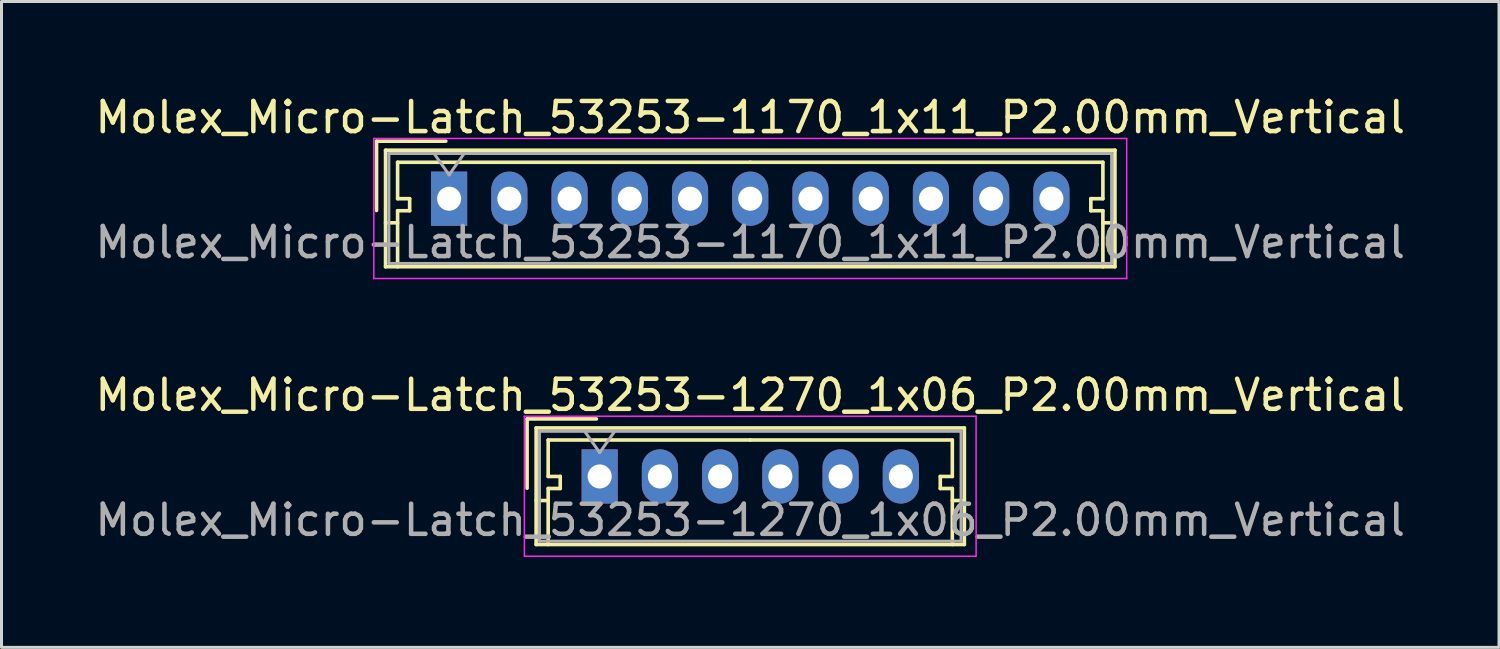
<source format=kicad_pcb>
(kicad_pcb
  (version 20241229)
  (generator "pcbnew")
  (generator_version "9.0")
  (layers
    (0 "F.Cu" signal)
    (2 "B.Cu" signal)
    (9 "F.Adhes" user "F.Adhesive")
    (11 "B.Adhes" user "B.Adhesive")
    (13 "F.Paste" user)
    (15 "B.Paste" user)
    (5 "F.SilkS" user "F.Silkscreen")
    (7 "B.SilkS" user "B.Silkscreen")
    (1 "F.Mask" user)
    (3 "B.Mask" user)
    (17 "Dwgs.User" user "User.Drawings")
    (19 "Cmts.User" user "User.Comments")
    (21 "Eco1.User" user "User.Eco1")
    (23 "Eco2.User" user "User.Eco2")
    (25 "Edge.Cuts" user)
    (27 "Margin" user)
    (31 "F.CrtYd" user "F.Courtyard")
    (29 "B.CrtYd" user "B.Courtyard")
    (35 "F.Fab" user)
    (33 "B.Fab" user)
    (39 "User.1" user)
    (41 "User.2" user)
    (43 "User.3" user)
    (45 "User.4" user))
  (footprint "Molex_Micro-Latch_53253-1270_1x06_P2.00mm_Vertical"
    (layer "F.Cu")
    (at 16.863 12.771)
    (property "Reference" "Molex_Micro-Latch_53253-1270_1x06_P2.00mm_Vertical" (at 5 -2.7 0) (layer "F.SilkS") (effects (font (size 1 1) (thickness 0.15))))
    (attr through_hole)
    (fp_line (start -2.41 -1.91) (end -2.41 0.39) (stroke (width 0.12) (type solid)) (layer "F.SilkS"))
    (fp_line (start -2.11 -1.61) (end -2.11 2.26) (stroke (width 0.12) (type solid)) (layer "F.SilkS"))
    (fp_line (start -2.11 0.8) (end -1.71 0.8) (stroke (width 0.12) (type solid)) (layer "F.SilkS"))
    (fp_line (start -2.11 2.26) (end 12.11 2.26) (stroke (width 0.12) (type solid)) (layer "F.SilkS"))
    (fp_line (start -1.71 -1.21) (end -1.71 0) (stroke (width 0.12) (type solid)) (layer "F.SilkS"))
    (fp_line (start -1.71 0) (end -1.31 0) (stroke (width 0.12) (type solid)) (layer "F.SilkS"))
    (fp_line (start -1.71 0.4) (end -1.71 2.26) (stroke (width 0.12) (type solid)) (layer "F.SilkS"))
    (fp_line (start -1.31 0) (end -1.31 0.4) (stroke (width 0.12) (type solid)) (layer "F.SilkS"))
    (fp_line (start -1.31 0.4) (end -1.71 0.4) (stroke (width 0.12) (type solid)) (layer "F.SilkS"))
    (fp_line (start -0.11 -1.91) (end -2.41 -1.91) (stroke (width 0.12) (type solid)) (layer "F.SilkS"))
    (fp_line (start 5 -1.21) (end -1.71 -1.21) (stroke (width 0.12) (type solid)) (layer "F.SilkS"))
    (fp_line (start 5 -1.21) (end 11.71 -1.21) (stroke (width 0.12) (type solid)) (layer "F.SilkS"))
    (fp_line (start 11.31 0) (end 11.31 0.4) (stroke (width 0.12) (type solid)) (layer "F.SilkS"))
    (fp_line (start 11.31 0.4) (end 11.71 0.4) (stroke (width 0.12) (type solid)) (layer "F.SilkS"))
    (fp_line (start 11.71 -1.21) (end 11.71 0) (stroke (width 0.12) (type solid)) (layer "F.SilkS"))
    (fp_line (start 11.71 0) (end 11.31 0) (stroke (width 0.12) (type solid)) (layer "F.SilkS"))
    (fp_line (start 11.71 0.4) (end 11.71 2.26) (stroke (width 0.12) (type solid)) (layer "F.SilkS"))
    (fp_line (start 12.11 -1.61) (end -2.11 -1.61) (stroke (width 0.12) (type solid)) (layer "F.SilkS"))
    (fp_line (start 12.11 0.8) (end 11.71 0.8) (stroke (width 0.12) (type solid)) (layer "F.SilkS"))
    (fp_line (start 12.11 2.26) (end 12.11 -1.61) (stroke (width 0.12) (type solid)) (layer "F.SilkS"))
    (fp_line (start -2.5 -2) (end -2.5 2.65) (stroke (width 0.05) (type solid)) (layer "F.CrtYd"))
    (fp_line (start -2.5 2.65) (end 12.5 2.65) (stroke (width 0.05) (type solid)) (layer "F.CrtYd"))
    (fp_line (start 12.5 -2) (end -2.5 -2) (stroke (width 0.05) (type solid)) (layer "F.CrtYd"))
    (fp_line (start 12.5 2.65) (end 12.5 -2) (stroke (width 0.05) (type solid)) (layer "F.CrtYd"))
    (fp_line (start -2 -1.5) (end -2 2.15) (stroke (width 0.1) (type solid)) (layer "F.Fab"))
    (fp_line (start -2 2.15) (end 12 2.15) (stroke (width 0.1) (type solid)) (layer "F.Fab"))
    (fp_line (start -0.5 -1.5) (end 0 -0.793) (stroke (width 0.1) (type solid)) (layer "F.Fab"))
    (fp_line (start 0 -0.793) (end 0.5 -1.5) (stroke (width 0.1) (type solid)) (layer "F.Fab"))
    (fp_line (start 12 -1.5) (end -2 -1.5) (stroke (width 0.1) (type solid)) (layer "F.Fab"))
    (fp_line (start 12 2.15) (end 12 -1.5) (stroke (width 0.1) (type solid)) (layer "F.Fab"))
    (fp_text user "${REFERENCE}" (at 5 1.45 0) (layer "F.Fab") (effects (font (size 1 1) (thickness 0.15))))
    (pad "1" thru_hole rect (at 0 0) (size 1.2 1.8) (drill 0.8) (layers "*.Cu" "*.Mask"))
    (pad "2" thru_hole oval (at 2 0) (size 1.2 1.8) (drill 0.8) (layers "*.Cu" "*.Mask"))
    (pad "3" thru_hole oval (at 4 0) (size 1.2 1.8) (drill 0.8) (layers "*.Cu" "*.Mask"))
    (pad "4" thru_hole oval (at 6 0) (size 1.2 1.8) (drill 0.8) (layers "*.Cu" "*.Mask"))
    (pad "5" thru_hole oval (at 8 0) (size 1.2 1.8) (drill 0.8) (layers "*.Cu" "*.Mask"))
    (pad "6" thru_hole oval (at 10 0) (size 1.2 1.8) (drill 0.8) (layers "*.Cu" "*.Mask")))
  (footprint "Molex_Micro-Latch_53253-1170_1x11_P2.00mm_Vertical"
    (layer "F.Cu")
    (at 11.863 3.548)
    (property "Reference" "Molex_Micro-Latch_53253-1170_1x11_P2.00mm_Vertical" (at 10 -2.7 0) (layer "F.SilkS") (effects (font (size 1 1) (thickness 0.15))))
    (attr through_hole)
    (fp_line (start -2.41 -1.91) (end -2.41 0.39) (stroke (width 0.12) (type solid)) (layer "F.SilkS"))
    (fp_line (start -2.11 -1.61) (end -2.11 2.26) (stroke (width 0.12) (type solid)) (layer "F.SilkS"))
    (fp_line (start -2.11 0.8) (end -1.71 0.8) (stroke (width 0.12) (type solid)) (layer "F.SilkS"))
    (fp_line (start -2.11 2.26) (end 22.11 2.26) (stroke (width 0.12) (type solid)) (layer "F.SilkS"))
    (fp_line (start -1.71 -1.21) (end -1.71 0) (stroke (width 0.12) (type solid)) (layer "F.SilkS"))
    (fp_line (start -1.71 0) (end -1.31 0) (stroke (width 0.12) (type solid)) (layer "F.SilkS"))
    (fp_line (start -1.71 0.4) (end -1.71 2.26) (stroke (width 0.12) (type solid)) (layer "F.SilkS"))
    (fp_line (start -1.31 0) (end -1.31 0.4) (stroke (width 0.12) (type solid)) (layer "F.SilkS"))
    (fp_line (start -1.31 0.4) (end -1.71 0.4) (stroke (width 0.12) (type solid)) (layer "F.SilkS"))
    (fp_line (start -0.11 -1.91) (end -2.41 -1.91) (stroke (width 0.12) (type solid)) (layer "F.SilkS"))
    (fp_line (start 10 -1.21) (end -1.71 -1.21) (stroke (width 0.12) (type solid)) (layer "F.SilkS"))
    (fp_line (start 10 -1.21) (end 21.71 -1.21) (stroke (width 0.12) (type solid)) (layer "F.SilkS"))
    (fp_line (start 21.31 0) (end 21.31 0.4) (stroke (width 0.12) (type solid)) (layer "F.SilkS"))
    (fp_line (start 21.31 0.4) (end 21.71 0.4) (stroke (width 0.12) (type solid)) (layer "F.SilkS"))
    (fp_line (start 21.71 -1.21) (end 21.71 0) (stroke (width 0.12) (type solid)) (layer "F.SilkS"))
    (fp_line (start 21.71 0) (end 21.31 0) (stroke (width 0.12) (type solid)) (layer "F.SilkS"))
    (fp_line (start 21.71 0.4) (end 21.71 2.26) (stroke (width 0.12) (type solid)) (layer "F.SilkS"))
    (fp_line (start 22.11 -1.61) (end -2.11 -1.61) (stroke (width 0.12) (type solid)) (layer "F.SilkS"))
    (fp_line (start 22.11 0.8) (end 21.71 0.8) (stroke (width 0.12) (type solid)) (layer "F.SilkS"))
    (fp_line (start 22.11 2.26) (end 22.11 -1.61) (stroke (width 0.12) (type solid)) (layer "F.SilkS"))
    (fp_line (start -2.5 -2) (end -2.5 2.65) (stroke (width 0.05) (type solid)) (layer "F.CrtYd"))
    (fp_line (start -2.5 2.65) (end 22.5 2.65) (stroke (width 0.05) (type solid)) (layer "F.CrtYd"))
    (fp_line (start 22.5 -2) (end -2.5 -2) (stroke (width 0.05) (type solid)) (layer "F.CrtYd"))
    (fp_line (start 22.5 2.65) (end 22.5 -2) (stroke (width 0.05) (type solid)) (layer "F.CrtYd"))
    (fp_line (start -2 -1.5) (end -2 2.15) (stroke (width 0.1) (type solid)) (layer "F.Fab"))
    (fp_line (start -2 2.15) (end 22 2.15) (stroke (width 0.1) (type solid)) (layer "F.Fab"))
    (fp_line (start -0.5 -1.5) (end 0 -0.793) (stroke (width 0.1) (type solid)) (layer "F.Fab"))
    (fp_line (start 0 -0.793) (end 0.5 -1.5) (stroke (width 0.1) (type solid)) (layer "F.Fab"))
    (fp_line (start 22 -1.5) (end -2 -1.5) (stroke (width 0.1) (type solid)) (layer "F.Fab"))
    (fp_line (start 22 2.15) (end 22 -1.5) (stroke (width 0.1) (type solid)) (layer "F.Fab"))
    (fp_text user "${REFERENCE}" (at 10 1.45 0) (layer "F.Fab") (effects (font (size 1 1) (thickness 0.15))))
    (pad "1" thru_hole rect (at 0 0) (size 1.2 1.8) (drill 0.8) (layers "*.Cu" "*.Mask"))
    (pad "2" thru_hole oval (at 2 0) (size 1.2 1.8) (drill 0.8) (layers "*.Cu" "*.Mask"))
    (pad "3" thru_hole oval (at 4 0) (size 1.2 1.8) (drill 0.8) (layers "*.Cu" "*.Mask"))
    (pad "4" thru_hole oval (at 6 0) (size 1.2 1.8) (drill 0.8) (layers "*.Cu" "*.Mask"))
    (pad "5" thru_hole oval (at 8 0) (size 1.2 1.8) (drill 0.8) (layers "*.Cu" "*.Mask"))
    (pad "6" thru_hole oval (at 10 0) (size 1.2 1.8) (drill 0.8) (layers "*.Cu" "*.Mask"))
    (pad "7" thru_hole oval (at 12 0) (size 1.2 1.8) (drill 0.8) (layers "*.Cu" "*.Mask"))
    (pad "8" thru_hole oval (at 14 0) (size 1.2 1.8) (drill 0.8) (layers "*.Cu" "*.Mask"))
    (pad "9" thru_hole oval (at 16 0) (size 1.2 1.8) (drill 0.8) (layers "*.Cu" "*.Mask"))
    (pad "10" thru_hole oval (at 18 0) (size 1.2 1.8) (drill 0.8) (layers "*.Cu" "*.Mask"))
    (pad "11" thru_hole oval (at 20 0) (size 1.2 1.8) (drill 0.8) (layers "*.Cu" "*.Mask")))
  (gr_rect
    (start -3 -3)
    (end 46.726 18.447)
    (stroke (width 0.1) (type default))
    (fill no)
    (layer "Edge.Cuts")))
</source>
